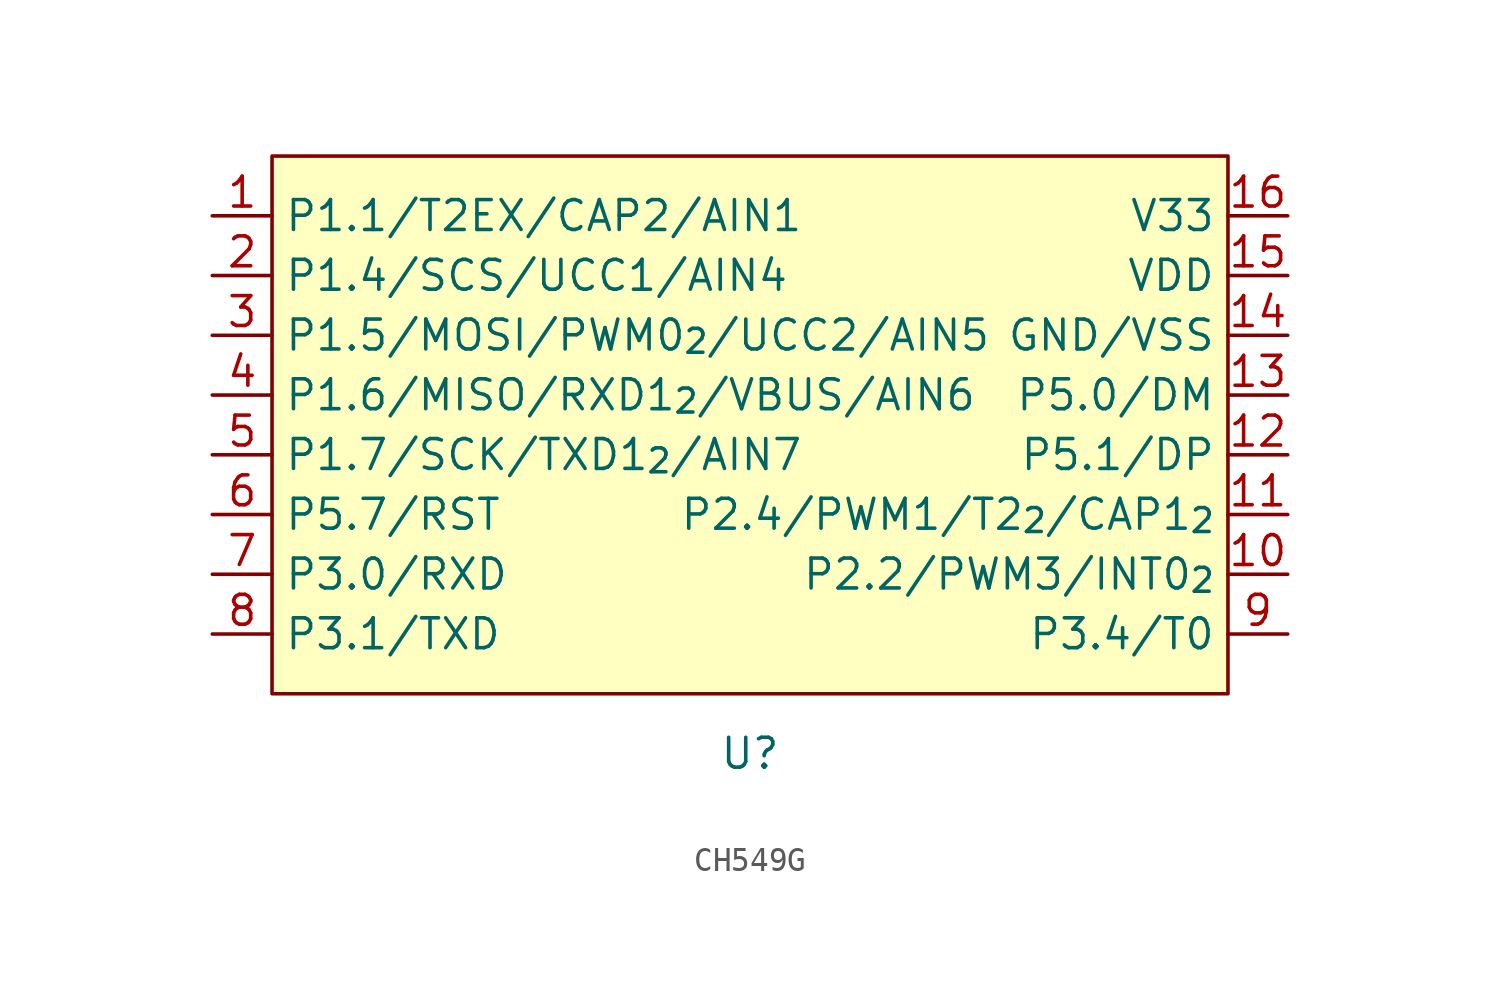
<source format=kicad_sym>
(kicad_symbol_lib
  (version 20220914)
  (generator kicad_symbol_editor)
  (symbol "CH549G"
    (property "Reference" "U"
      (at 0 -13.97 0)
      (effects (font (size 1.27 1.27))))
    (property "Value" ""
      (at 6.35 -8.89 0)
      (effects (font (size 1.27 1.27))))
    (symbol "CH549G_1_1"
      (rectangle (start -20.32 11.43) (end 20.32 -11.43) (stroke (width 0) (type default)) (fill (type background)))
      (pin input line (at -22.86 8.89 0) (length 2.54) (name "P1.1/T2EX/CAP2/AIN1" (effects (font (size 1.27 1.27)))) (number "1" (effects (font (size 1.27 1.27)))))
      (pin input line (at 22.86 -6.35 180) (length 2.54) (name "P2.2/PWM3/INT0_{2}" (effects (font (size 1.27 1.27)))) (number "10" (effects (font (size 1.27 1.27)))))
      (pin input line (at 22.86 -3.81 180) (length 2.54) (name "P2.4/PWM1/T2_{2}/CAP1_{2}" (effects (font (size 1.27 1.27)))) (number "11" (effects (font (size 1.27 1.27)))))
      (pin input line (at 22.86 -1.27 180) (length 2.54) (name "P5.1/DP" (effects (font (size 1.27 1.27)))) (number "12" (effects (font (size 1.27 1.27)))))
      (pin input line (at 22.86 1.27 180) (length 2.54) (name "P5.0/DM" (effects (font (size 1.27 1.27)))) (number "13" (effects (font (size 1.27 1.27)))))
      (pin input line (at 22.86 3.81 180) (length 2.54) (name "GND/VSS" (effects (font (size 1.27 1.27)))) (number "14" (effects (font (size 1.27 1.27)))))
      (pin input line (at 22.86 6.35 180) (length 2.54) (name "VDD" (effects (font (size 1.27 1.27)))) (number "15" (effects (font (size 1.27 1.27)))))
      (pin input line (at 22.86 8.89 180) (length 2.54) (name "V33" (effects (font (size 1.27 1.27)))) (number "16" (effects (font (size 1.27 1.27)))))
      (pin input line (at -22.86 6.35 0) (length 2.54) (name "P1.4/SCS/UCC1/AIN4" (effects (font (size 1.27 1.27)))) (number "2" (effects (font (size 1.27 1.27)))))
      (pin input line (at -22.86 3.81 0) (length 2.54) (name "P1.5/MOSI/PWM0_{2}/UCC2/AIN5" (effects (font (size 1.27 1.27)))) (number "3" (effects (font (size 1.27 1.27)))))
      (pin input line (at -22.86 1.27 0) (length 2.54) (name "P1.6/MISO/RXD1_{2}/VBUS/AIN6" (effects (font (size 1.27 1.27)))) (number "4" (effects (font (size 1.27 1.27)))))
      (pin input line (at -22.86 -1.27 0) (length 2.54) (name "P1.7/SCK/TXD1_{2}/AIN7" (effects (font (size 1.27 1.27)))) (number "5" (effects (font (size 1.27 1.27)))))
      (pin input line (at -22.86 -3.81 0) (length 2.54) (name "P5.7/RST" (effects (font (size 1.27 1.27)))) (number "6" (effects (font (size 1.27 1.27)))))
      (pin input line (at -22.86 -6.35 0) (length 2.54) (name "P3.0/RXD" (effects (font (size 1.27 1.27)))) (number "7" (effects (font (size 1.27 1.27)))))
      (pin input line (at -22.86 -8.89 0) (length 2.54) (name "P3.1/TXD" (effects (font (size 1.27 1.27)))) (number "8" (effects (font (size 1.27 1.27)))))
      (pin input line (at 22.86 -8.89 180) (length 2.54) (name "P3.4/T0" (effects (font (size 1.27 1.27)))) (number "9" (effects (font (size 1.27 1.27))))))))
</source>
